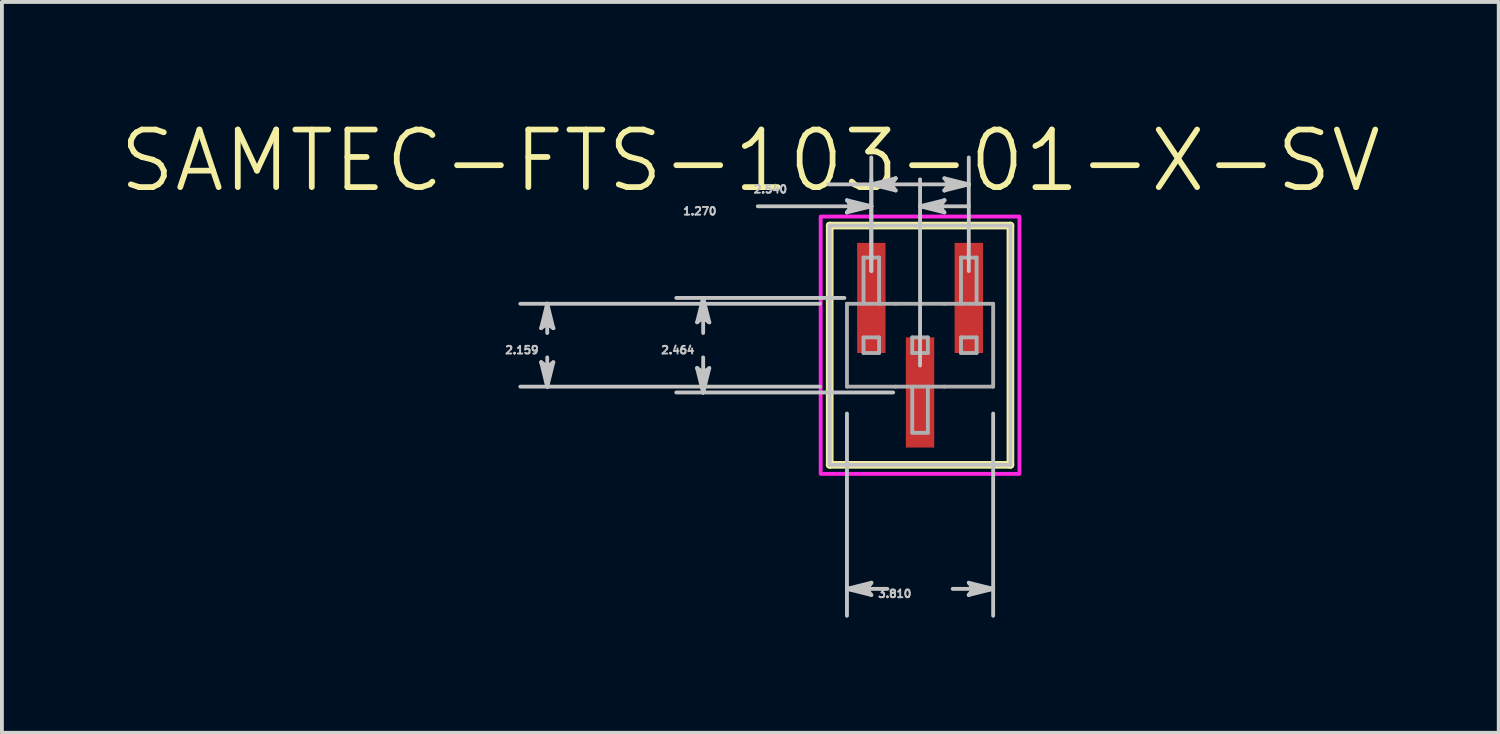
<source format=kicad_pcb>
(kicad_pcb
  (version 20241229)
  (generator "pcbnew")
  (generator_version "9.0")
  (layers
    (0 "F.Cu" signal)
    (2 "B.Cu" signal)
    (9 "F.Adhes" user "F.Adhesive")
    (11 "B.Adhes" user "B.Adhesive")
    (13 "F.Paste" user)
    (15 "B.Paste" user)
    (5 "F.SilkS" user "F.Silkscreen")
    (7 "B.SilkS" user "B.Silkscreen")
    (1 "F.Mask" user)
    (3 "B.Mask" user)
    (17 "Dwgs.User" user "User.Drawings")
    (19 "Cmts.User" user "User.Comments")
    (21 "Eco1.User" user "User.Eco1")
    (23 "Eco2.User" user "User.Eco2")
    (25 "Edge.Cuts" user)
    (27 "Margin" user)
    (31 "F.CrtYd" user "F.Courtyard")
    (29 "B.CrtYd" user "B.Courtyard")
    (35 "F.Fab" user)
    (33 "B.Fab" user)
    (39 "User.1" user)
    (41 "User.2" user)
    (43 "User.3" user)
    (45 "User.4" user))
  (footprint "SAMTEC-FTS-103-01-X-SV"
    (layer "F.Cu")
    (at 20.927 5.946)
    (property "Reference" "SAMTEC-FTS-103-01-X-SV" (at -4.423 -4.806 0) (layer "F.SilkS") (effects (font (size 1.5 1.5) (thickness 0.15))))
    (attr through_hole)
    (fp_poly (pts (xy -1.691 -2.718) (xy -0.849 -2.718) (xy -0.849 0.254) (xy -1.691 0.254)) (stroke (width 0.01) (type solid)) (fill yes) (layer "F.Mask"))
    (fp_poly (pts (xy -0.421 -0.254) (xy 0.421 -0.254) (xy 0.421 2.718) (xy -0.421 2.718)) (stroke (width 0.01) (type solid)) (fill yes) (layer "F.Mask"))
    (fp_poly (pts (xy 0.849 -2.718) (xy 1.691 -2.718) (xy 1.691 0.254) (xy 0.849 0.254)) (stroke (width 0.01) (type solid)) (fill yes) (layer "F.Mask"))
    (fp_line (start -2.355 -3.118) (end -2.355 3.118) (stroke (width 0.2) (type solid)) (layer "F.SilkS"))
    (fp_line (start -2.355 3.118) (end 2.355 3.118) (stroke (width 0.2) (type solid)) (layer "F.SilkS"))
    (fp_line (start 2.355 -3.118) (end -2.355 -3.118) (stroke (width 0.2) (type solid)) (layer "F.SilkS"))
    (fp_line (start 2.355 3.118) (end 2.355 -3.118) (stroke (width 0.2) (type solid)) (layer "F.SilkS"))
    (fp_poly (pts (xy -1.64 -2.667) (xy -0.9 -2.667) (xy -0.9 0.203) (xy -1.64 0.203)) (stroke (width 0.01) (type solid)) (fill yes) (layer "F.Paste"))
    (fp_poly (pts (xy -0.37 -0.203) (xy 0.37 -0.203) (xy 0.37 2.667) (xy -0.37 2.667)) (stroke (width 0.01) (type solid)) (fill yes) (layer "F.Paste"))
    (fp_poly (pts (xy 0.9 -2.667) (xy 1.64 -2.667) (xy 1.64 0.203) (xy 0.9 0.203)) (stroke (width 0.01) (type solid)) (fill yes) (layer "F.Paste"))
    (fp_line (start -9.874 -0.444) (end -9.716 -0.572) (stroke (width 0.1) (type solid)) (layer "Dwgs.User"))
    (fp_line (start -9.874 0.444) (end -9.716 1.08) (stroke (width 0.1) (type solid)) (layer "Dwgs.User"))
    (fp_line (start -9.795 -0.508) (end -9.716 -0.572) (stroke (width 0.1) (type solid)) (layer "Dwgs.User"))
    (fp_line (start -9.795 0.508) (end -9.874 0.444) (stroke (width 0.1) (type solid)) (layer "Dwgs.User"))
    (fp_line (start -9.716 -1.08) (end -9.874 -0.444) (stroke (width 0.1) (type solid)) (layer "Dwgs.User"))
    (fp_line (start -9.716 -1.08) (end -9.795 -0.508) (stroke (width 0.1) (type solid)) (layer "Dwgs.User"))
    (fp_line (start -9.716 -1.08) (end -9.636 -0.508) (stroke (width 0.1) (type solid)) (layer "Dwgs.User"))
    (fp_line (start -9.716 -0.572) (end -9.716 -1.08) (stroke (width 0.1) (type solid)) (layer "Dwgs.User"))
    (fp_line (start -9.716 -0.572) (end -9.557 -0.444) (stroke (width 0.1) (type solid)) (layer "Dwgs.User"))
    (fp_line (start -9.716 -0.318) (end -9.716 -1.08) (stroke (width 0.1) (type solid)) (layer "Dwgs.User"))
    (fp_line (start -9.716 0.318) (end -9.716 1.08) (stroke (width 0.1) (type solid)) (layer "Dwgs.User"))
    (fp_line (start -9.716 0.572) (end -9.874 0.444) (stroke (width 0.1) (type solid)) (layer "Dwgs.User"))
    (fp_line (start -9.716 0.572) (end -9.716 1.08) (stroke (width 0.1) (type solid)) (layer "Dwgs.User"))
    (fp_line (start -9.716 1.08) (end -9.795 0.508) (stroke (width 0.1) (type solid)) (layer "Dwgs.User"))
    (fp_line (start -9.716 1.08) (end -9.636 0.508) (stroke (width 0.1) (type solid)) (layer "Dwgs.User"))
    (fp_line (start -9.716 1.08) (end -9.557 0.444) (stroke (width 0.1) (type solid)) (layer "Dwgs.User"))
    (fp_line (start -9.636 -0.508) (end -9.557 -0.444) (stroke (width 0.1) (type solid)) (layer "Dwgs.User"))
    (fp_line (start -9.636 0.508) (end -9.716 0.572) (stroke (width 0.1) (type solid)) (layer "Dwgs.User"))
    (fp_line (start -9.557 -0.444) (end -9.716 -1.08) (stroke (width 0.1) (type solid)) (layer "Dwgs.User"))
    (fp_line (start -9.557 0.444) (end -9.716 0.572) (stroke (width 0.1) (type solid)) (layer "Dwgs.User"))
    (fp_line (start -5.81 -0.597) (end -5.652 -0.724) (stroke (width 0.1) (type solid)) (layer "Dwgs.User"))
    (fp_line (start -5.81 0.597) (end -5.652 1.232) (stroke (width 0.1) (type solid)) (layer "Dwgs.User"))
    (fp_line (start -5.731 -0.66) (end -5.652 -0.724) (stroke (width 0.1) (type solid)) (layer "Dwgs.User"))
    (fp_line (start -5.731 0.66) (end -5.81 0.597) (stroke (width 0.1) (type solid)) (layer "Dwgs.User"))
    (fp_line (start -5.652 -1.232) (end -5.81 -0.597) (stroke (width 0.1) (type solid)) (layer "Dwgs.User"))
    (fp_line (start -5.652 -1.232) (end -5.731 -0.66) (stroke (width 0.1) (type solid)) (layer "Dwgs.User"))
    (fp_line (start -5.652 -1.232) (end -5.572 -0.66) (stroke (width 0.1) (type solid)) (layer "Dwgs.User"))
    (fp_line (start -5.652 -0.724) (end -5.652 -1.232) (stroke (width 0.1) (type solid)) (layer "Dwgs.User"))
    (fp_line (start -5.652 -0.724) (end -5.493 -0.597) (stroke (width 0.1) (type solid)) (layer "Dwgs.User"))
    (fp_line (start -5.652 -0.318) (end -5.652 -1.232) (stroke (width 0.1) (type solid)) (layer "Dwgs.User"))
    (fp_line (start -5.652 0.318) (end -5.652 1.232) (stroke (width 0.1) (type solid)) (layer "Dwgs.User"))
    (fp_line (start -5.652 0.724) (end -5.81 0.597) (stroke (width 0.1) (type solid)) (layer "Dwgs.User"))
    (fp_line (start -5.652 0.724) (end -5.652 1.232) (stroke (width 0.1) (type solid)) (layer "Dwgs.User"))
    (fp_line (start -5.652 1.232) (end -5.731 0.66) (stroke (width 0.1) (type solid)) (layer "Dwgs.User"))
    (fp_line (start -5.652 1.232) (end -5.572 0.66) (stroke (width 0.1) (type solid)) (layer "Dwgs.User"))
    (fp_line (start -5.652 1.232) (end -5.493 0.597) (stroke (width 0.1) (type solid)) (layer "Dwgs.User"))
    (fp_line (start -5.572 -0.66) (end -5.493 -0.597) (stroke (width 0.1) (type solid)) (layer "Dwgs.User"))
    (fp_line (start -5.572 0.66) (end -5.652 0.724) (stroke (width 0.1) (type solid)) (layer "Dwgs.User"))
    (fp_line (start -5.493 -0.597) (end -5.652 -1.232) (stroke (width 0.1) (type solid)) (layer "Dwgs.User"))
    (fp_line (start -5.493 0.597) (end -5.652 0.724) (stroke (width 0.1) (type solid)) (layer "Dwgs.User"))
    (fp_line (start -4.229 -3.62) (end -1.27 -3.62) (stroke (width 0.1) (type solid)) (layer "Dwgs.User"))
    (fp_line (start -2.606 -1.08) (end -10.417 -1.08) (stroke (width 0.1) (type solid)) (layer "Dwgs.User"))
    (fp_line (start -2.606 1.08) (end -10.417 1.08) (stroke (width 0.1) (type solid)) (layer "Dwgs.User"))
    (fp_line (start -2.388 -4.191) (end -1.27 -4.191) (stroke (width 0.1) (type solid)) (layer "Dwgs.User"))
    (fp_line (start -2.355 -3.118) (end -2.355 3.118) (stroke (width 0.1) (type solid)) (layer "Dwgs.User"))
    (fp_line (start -2.355 3.118) (end 2.355 3.118) (stroke (width 0.1) (type solid)) (layer "Dwgs.User"))
    (fp_line (start -1.971 -1.232) (end -6.353 -1.232) (stroke (width 0.1) (type solid)) (layer "Dwgs.User"))
    (fp_line (start -1.905 -3.778) (end -1.778 -3.62) (stroke (width 0.1) (type solid)) (layer "Dwgs.User"))
    (fp_line (start -1.905 -3.461) (end -1.27 -3.62) (stroke (width 0.1) (type solid)) (layer "Dwgs.User"))
    (fp_line (start -1.905 1.781) (end -1.905 7.051) (stroke (width 0.1) (type solid)) (layer "Dwgs.User"))
    (fp_line (start -1.905 6.35) (end -1.334 6.271) (stroke (width 0.1) (type solid)) (layer "Dwgs.User"))
    (fp_line (start -1.905 6.35) (end -1.334 6.429) (stroke (width 0.1) (type solid)) (layer "Dwgs.User"))
    (fp_line (start -1.905 6.35) (end -1.27 6.509) (stroke (width 0.1) (type solid)) (layer "Dwgs.User"))
    (fp_line (start -1.842 -3.699) (end -1.778 -3.62) (stroke (width 0.1) (type solid)) (layer "Dwgs.User"))
    (fp_line (start -1.842 -3.54) (end -1.905 -3.461) (stroke (width 0.1) (type solid)) (layer "Dwgs.User"))
    (fp_line (start -1.778 -3.62) (end -1.905 -3.461) (stroke (width 0.1) (type solid)) (layer "Dwgs.User"))
    (fp_line (start -1.778 -3.62) (end -1.27 -3.62) (stroke (width 0.1) (type solid)) (layer "Dwgs.User"))
    (fp_line (start -1.397 6.35) (end -1.905 6.35) (stroke (width 0.1) (type solid)) (layer "Dwgs.User"))
    (fp_line (start -1.397 6.35) (end -1.27 6.191) (stroke (width 0.1) (type solid)) (layer "Dwgs.User"))
    (fp_line (start -1.334 6.271) (end -1.27 6.191) (stroke (width 0.1) (type solid)) (layer "Dwgs.User"))
    (fp_line (start -1.334 6.429) (end -1.397 6.35) (stroke (width 0.1) (type solid)) (layer "Dwgs.User"))
    (fp_line (start -1.27 -4.191) (end -0.698 -4.27) (stroke (width 0.1) (type solid)) (layer "Dwgs.User"))
    (fp_line (start -1.27 -4.191) (end -0.698 -4.112) (stroke (width 0.1) (type solid)) (layer "Dwgs.User"))
    (fp_line (start -1.27 -4.191) (end -0.635 -4.032) (stroke (width 0.1) (type solid)) (layer "Dwgs.User"))
    (fp_line (start -1.27 -4.191) (end 1.27 -4.191) (stroke (width 0.1) (type solid)) (layer "Dwgs.User"))
    (fp_line (start -1.27 -3.62) (end -1.905 -3.778) (stroke (width 0.1) (type solid)) (layer "Dwgs.User"))
    (fp_line (start -1.27 -3.62) (end -1.842 -3.699) (stroke (width 0.1) (type solid)) (layer "Dwgs.User"))
    (fp_line (start -1.27 -3.62) (end -1.842 -3.54) (stroke (width 0.1) (type solid)) (layer "Dwgs.User"))
    (fp_line (start -1.27 -1.933) (end -1.27 -4.892) (stroke (width 0.1) (type solid)) (layer "Dwgs.User"))
    (fp_line (start -1.27 -1.933) (end -1.27 -4.321) (stroke (width 0.1) (type solid)) (layer "Dwgs.User"))
    (fp_line (start -1.27 6.191) (end -1.905 6.35) (stroke (width 0.1) (type solid)) (layer "Dwgs.User"))
    (fp_line (start -1.27 6.509) (end -1.397 6.35) (stroke (width 0.1) (type solid)) (layer "Dwgs.User"))
    (fp_line (start -0.851 6.35) (end -1.905 6.35) (stroke (width 0.1) (type solid)) (layer "Dwgs.User"))
    (fp_line (start -0.762 -4.191) (end -1.27 -4.191) (stroke (width 0.1) (type solid)) (layer "Dwgs.User"))
    (fp_line (start -0.762 -4.191) (end -0.635 -4.35) (stroke (width 0.1) (type solid)) (layer "Dwgs.User"))
    (fp_line (start -0.701 1.232) (end -6.353 1.232) (stroke (width 0.1) (type solid)) (layer "Dwgs.User"))
    (fp_line (start -0.698 -4.27) (end -0.635 -4.35) (stroke (width 0.1) (type solid)) (layer "Dwgs.User"))
    (fp_line (start -0.698 -4.112) (end -0.762 -4.191) (stroke (width 0.1) (type solid)) (layer "Dwgs.User"))
    (fp_line (start -0.635 -4.35) (end -1.27 -4.191) (stroke (width 0.1) (type solid)) (layer "Dwgs.User"))
    (fp_line (start -0.635 -4.032) (end -0.762 -4.191) (stroke (width 0.1) (type solid)) (layer "Dwgs.User"))
    (fp_line (start 0 -3.62) (end 0.572 -3.699) (stroke (width 0.1) (type solid)) (layer "Dwgs.User"))
    (fp_line (start 0 -3.62) (end 0.572 -3.54) (stroke (width 0.1) (type solid)) (layer "Dwgs.User"))
    (fp_line (start 0 -3.62) (end 0.635 -3.461) (stroke (width 0.1) (type solid)) (layer "Dwgs.User"))
    (fp_line (start 0 0.531) (end 0 -4.321) (stroke (width 0.1) (type solid)) (layer "Dwgs.User"))
    (fp_line (start 0.508 -3.62) (end 0 -3.62) (stroke (width 0.1) (type solid)) (layer "Dwgs.User"))
    (fp_line (start 0.508 -3.62) (end 0.635 -3.778) (stroke (width 0.1) (type solid)) (layer "Dwgs.User"))
    (fp_line (start 0.572 -3.699) (end 0.635 -3.778) (stroke (width 0.1) (type solid)) (layer "Dwgs.User"))
    (fp_line (start 0.572 -3.54) (end 0.508 -3.62) (stroke (width 0.1) (type solid)) (layer "Dwgs.User"))
    (fp_line (start 0.635 -4.35) (end 0.762 -4.191) (stroke (width 0.1) (type solid)) (layer "Dwgs.User"))
    (fp_line (start 0.635 -4.032) (end 1.27 -4.191) (stroke (width 0.1) (type solid)) (layer "Dwgs.User"))
    (fp_line (start 0.635 -3.778) (end 0 -3.62) (stroke (width 0.1) (type solid)) (layer "Dwgs.User"))
    (fp_line (start 0.635 -3.461) (end 0.508 -3.62) (stroke (width 0.1) (type solid)) (layer "Dwgs.User"))
    (fp_line (start 0.698 -4.27) (end 0.762 -4.191) (stroke (width 0.1) (type solid)) (layer "Dwgs.User"))
    (fp_line (start 0.698 -4.112) (end 0.635 -4.032) (stroke (width 0.1) (type solid)) (layer "Dwgs.User"))
    (fp_line (start 0.762 -4.191) (end 0.635 -4.032) (stroke (width 0.1) (type solid)) (layer "Dwgs.User"))
    (fp_line (start 0.762 -4.191) (end 1.27 -4.191) (stroke (width 0.1) (type solid)) (layer "Dwgs.User"))
    (fp_line (start 0.851 6.35) (end 1.905 6.35) (stroke (width 0.1) (type solid)) (layer "Dwgs.User"))
    (fp_line (start 1.27 -4.191) (end 0.635 -4.35) (stroke (width 0.1) (type solid)) (layer "Dwgs.User"))
    (fp_line (start 1.27 -4.191) (end 0.698 -4.27) (stroke (width 0.1) (type solid)) (layer "Dwgs.User"))
    (fp_line (start 1.27 -4.191) (end 0.698 -4.112) (stroke (width 0.1) (type solid)) (layer "Dwgs.User"))
    (fp_line (start 1.27 -3.62) (end 0 -3.62) (stroke (width 0.1) (type solid)) (layer "Dwgs.User"))
    (fp_line (start 1.27 -1.933) (end 1.27 -4.892) (stroke (width 0.1) (type solid)) (layer "Dwgs.User"))
    (fp_line (start 1.27 6.191) (end 1.397 6.35) (stroke (width 0.1) (type solid)) (layer "Dwgs.User"))
    (fp_line (start 1.27 6.509) (end 1.905 6.35) (stroke (width 0.1) (type solid)) (layer "Dwgs.User"))
    (fp_line (start 1.334 6.271) (end 1.397 6.35) (stroke (width 0.1) (type solid)) (layer "Dwgs.User"))
    (fp_line (start 1.334 6.429) (end 1.27 6.509) (stroke (width 0.1) (type solid)) (layer "Dwgs.User"))
    (fp_line (start 1.397 6.35) (end 1.27 6.509) (stroke (width 0.1) (type solid)) (layer "Dwgs.User"))
    (fp_line (start 1.397 6.35) (end 1.905 6.35) (stroke (width 0.1) (type solid)) (layer "Dwgs.User"))
    (fp_line (start 1.905 1.781) (end 1.905 7.051) (stroke (width 0.1) (type solid)) (layer "Dwgs.User"))
    (fp_line (start 1.905 6.35) (end 1.27 6.191) (stroke (width 0.1) (type solid)) (layer "Dwgs.User"))
    (fp_line (start 1.905 6.35) (end 1.334 6.271) (stroke (width 0.1) (type solid)) (layer "Dwgs.User"))
    (fp_line (start 1.905 6.35) (end 1.334 6.429) (stroke (width 0.1) (type solid)) (layer "Dwgs.User"))
    (fp_line (start 2.355 -3.118) (end -2.355 -3.118) (stroke (width 0.1) (type solid)) (layer "Dwgs.User"))
    (fp_line (start 2.355 3.118) (end 2.355 -3.118) (stroke (width 0.1) (type solid)) (layer "Dwgs.User"))
    (fp_poly (pts (xy -2.59 3.353) (xy -2.59 -3.353) (xy 2.59 -3.353) (xy 2.59 3.353) (xy -2.59 3.353)) (stroke (width 0.1) (type solid)) (fill no) (layer "F.CrtYd"))
    (fp_line (start -1.905 -1.08) (end -1.905 1.08) (stroke (width 0.1) (type solid)) (layer "F.Fab"))
    (fp_line (start -1.905 1.08) (end -0.635 1.08) (stroke (width 0.1) (type solid)) (layer "F.Fab"))
    (fp_line (start -1.473 -2.283) (end -1.067 -2.283) (stroke (width 0.1) (type solid)) (layer "F.Fab"))
    (fp_line (start -1.473 -1.08) (end -1.473 -2.283) (stroke (width 0.1) (type solid)) (layer "F.Fab"))
    (fp_line (start -1.473 -0.203) (end -1.473 0.203) (stroke (width 0.1) (type solid)) (layer "F.Fab"))
    (fp_line (start -1.473 0.203) (end -1.067 0.203) (stroke (width 0.1) (type solid)) (layer "F.Fab"))
    (fp_line (start -1.067 -2.283) (end -1.067 -1.08) (stroke (width 0.1) (type solid)) (layer "F.Fab"))
    (fp_line (start -1.067 -0.203) (end -1.473 -0.203) (stroke (width 0.1) (type solid)) (layer "F.Fab"))
    (fp_line (start -1.067 0.203) (end -1.067 -0.203) (stroke (width 0.1) (type solid)) (layer "F.Fab"))
    (fp_line (start -0.635 -1.08) (end -1.905 -1.08) (stroke (width 0.1) (type solid)) (layer "F.Fab"))
    (fp_line (start -0.635 -1.08) (end 0.635 -1.08) (stroke (width 0.1) (type solid)) (layer "F.Fab"))
    (fp_line (start -0.635 1.08) (end 0.635 1.08) (stroke (width 0.1) (type solid)) (layer "F.Fab"))
    (fp_line (start -0.203 -0.203) (end -0.203 0.203) (stroke (width 0.1) (type solid)) (layer "F.Fab"))
    (fp_line (start -0.203 0.203) (end 0.203 0.203) (stroke (width 0.1) (type solid)) (layer "F.Fab"))
    (fp_line (start -0.203 2.283) (end -0.203 1.08) (stroke (width 0.1) (type solid)) (layer "F.Fab"))
    (fp_line (start 0.203 -0.203) (end -0.203 -0.203) (stroke (width 0.1) (type solid)) (layer "F.Fab"))
    (fp_line (start 0.203 0.203) (end 0.203 -0.203) (stroke (width 0.1) (type solid)) (layer "F.Fab"))
    (fp_line (start 0.203 1.08) (end 0.203 2.283) (stroke (width 0.1) (type solid)) (layer "F.Fab"))
    (fp_line (start 0.203 2.283) (end -0.203 2.283) (stroke (width 0.1) (type solid)) (layer "F.Fab"))
    (fp_line (start 0.635 -1.08) (end 1.905 -1.08) (stroke (width 0.1) (type solid)) (layer "F.Fab"))
    (fp_line (start 1.067 -2.283) (end 1.067 -1.08) (stroke (width 0.1) (type solid)) (layer "F.Fab"))
    (fp_line (start 1.067 -0.203) (end 1.473 -0.203) (stroke (width 0.1) (type solid)) (layer "F.Fab"))
    (fp_line (start 1.067 0.203) (end 1.067 -0.203) (stroke (width 0.1) (type solid)) (layer "F.Fab"))
    (fp_line (start 1.473 -2.283) (end 1.067 -2.283) (stroke (width 0.1) (type solid)) (layer "F.Fab"))
    (fp_line (start 1.473 -1.08) (end 1.473 -2.283) (stroke (width 0.1) (type solid)) (layer "F.Fab"))
    (fp_line (start 1.473 -0.203) (end 1.473 0.203) (stroke (width 0.1) (type solid)) (layer "F.Fab"))
    (fp_line (start 1.473 0.203) (end 1.067 0.203) (stroke (width 0.1) (type solid)) (layer "F.Fab"))
    (fp_line (start 1.905 -1.08) (end 1.905 1.08) (stroke (width 0.1) (type solid)) (layer "F.Fab"))
    (fp_line (start 1.905 1.08) (end 0.635 1.08) (stroke (width 0.1) (type solid)) (layer "F.Fab"))
    (fp_text user "1.270" (at -5.74 -3.492 0) (layer "Dwgs.User") (effects (font (size 0.2 0.2) (thickness 0.15))))
    (fp_text user "2.159" (at -10.376 0.127 0) (layer "Dwgs.User") (effects (font (size 0.2 0.2) (thickness 0.15))))
    (fp_text user "2.464" (at -6.312 0.127 0) (layer "Dwgs.User") (effects (font (size 0.2 0.2) (thickness 0.15))))
    (fp_text user "3.810" (at -0.66 6.477 0) (layer "Dwgs.User") (effects (font (size 0.2 0.2) (thickness 0.15))))
    (fp_text user "2.540" (at -3.899 -4.064 0) (layer "Dwgs.User") (effects (font (size 0.2 0.2) (thickness 0.15))))
    (pad "1" smd rect (at -1.27 -1.232) (size 0.74 2.87) (layers "F.Cu" "F.Paste"))
    (pad "2" smd rect (at 0 1.232) (size 0.74 2.87) (layers "F.Cu" "F.Paste"))
    (pad "3" smd rect (at 1.27 -1.232) (size 0.74 2.87) (layers "F.Cu" "F.Paste")))
  (gr_rect
    (start -3 -3)
    (end 36.007 16.047)
    (stroke (width 0.1) (type default))
    (fill no)
    (layer "Edge.Cuts")))
</source>
